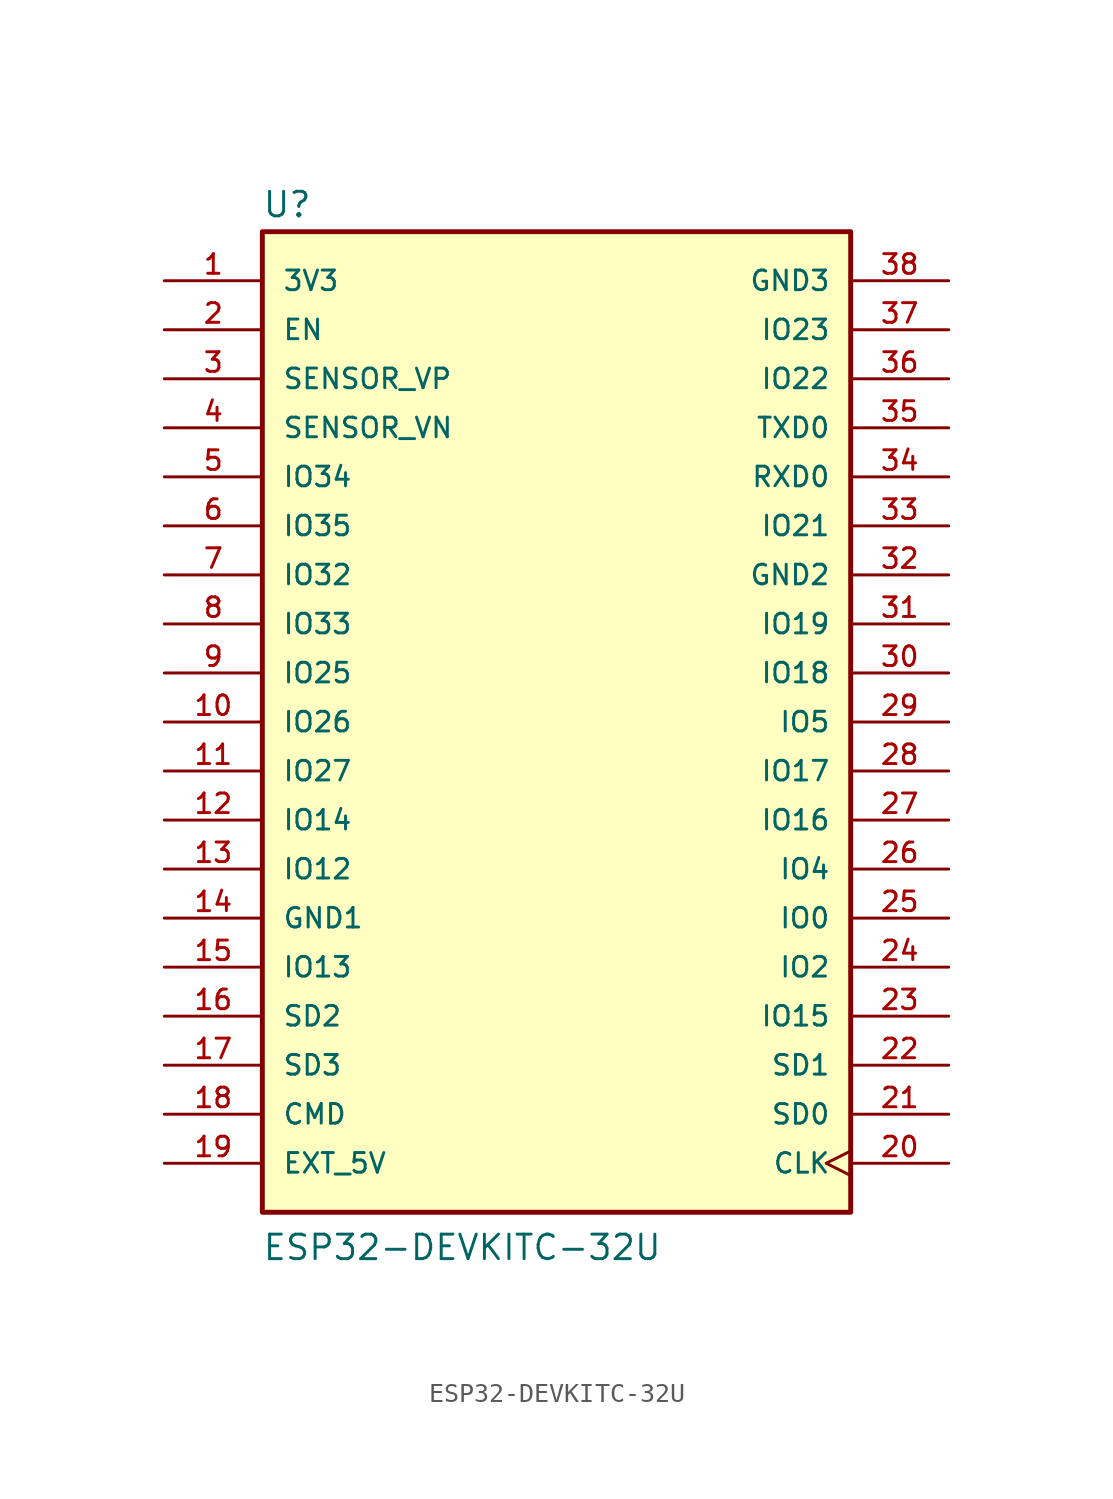
<source format=kicad_sym>
(kicad_symbol_lib
  (version 20211014)
  (generator kicad_symbol_editor)
  (symbol "ESP32-DEVKITC-32U"
    (pin_names
      (offset 1.016))
    (property "Reference" "U"
      (at -15.265 26.06 0)
      (effects (font (size 1.27 1.27)) (justify left bottom)))
    (property "Value" "ESP32-DEVKITC-32U"
      (at -15.265 -27.965 0)
      (effects (font (size 1.27 1.27)) (justify left bottom)))
    (property "ki_locked" ""
      (at 0 0 0)
      (effects (font (size 1.27 1.27))))
    (symbol "ESP32-DEVKITC-32U_0_0"
      (rectangle (start -15.24 -25.4) (end 15.24 25.4) (stroke (width 0.254) (type default) (color 0 0 0 0)) (fill (type background)))
      (pin power_in line (at -20.32 22.86 0) (length 5.08) (name "3V3" (effects (font (size 1.016 1.016)))) (number "1" (effects (font (size 1.016 1.016)))))
      (pin bidirectional line (at -20.32 0 0) (length 5.08) (name "IO26" (effects (font (size 1.016 1.016)))) (number "10" (effects (font (size 1.016 1.016)))))
      (pin bidirectional line (at -20.32 -2.54 0) (length 5.08) (name "IO27" (effects (font (size 1.016 1.016)))) (number "11" (effects (font (size 1.016 1.016)))))
      (pin bidirectional line (at -20.32 -5.08 0) (length 5.08) (name "IO14" (effects (font (size 1.016 1.016)))) (number "12" (effects (font (size 1.016 1.016)))))
      (pin bidirectional line (at -20.32 -7.62 0) (length 5.08) (name "IO12" (effects (font (size 1.016 1.016)))) (number "13" (effects (font (size 1.016 1.016)))))
      (pin power_in line (at -20.32 -10.16 0) (length 5.08) (name "GND1" (effects (font (size 1.016 1.016)))) (number "14" (effects (font (size 1.016 1.016)))))
      (pin bidirectional line (at -20.32 -12.7 0) (length 5.08) (name "IO13" (effects (font (size 1.016 1.016)))) (number "15" (effects (font (size 1.016 1.016)))))
      (pin bidirectional line (at -20.32 -15.24 0) (length 5.08) (name "SD2" (effects (font (size 1.016 1.016)))) (number "16" (effects (font (size 1.016 1.016)))))
      (pin bidirectional line (at -20.32 -17.78 0) (length 5.08) (name "SD3" (effects (font (size 1.016 1.016)))) (number "17" (effects (font (size 1.016 1.016)))))
      (pin bidirectional line (at -20.32 -20.32 0) (length 5.08) (name "CMD" (effects (font (size 1.016 1.016)))) (number "18" (effects (font (size 1.016 1.016)))))
      (pin power_in line (at -20.32 -22.86 0) (length 5.08) (name "EXT_5V" (effects (font (size 1.016 1.016)))) (number "19" (effects (font (size 1.016 1.016)))))
      (pin input line (at -20.32 20.32 0) (length 5.08) (name "EN" (effects (font (size 1.016 1.016)))) (number "2" (effects (font (size 1.016 1.016)))))
      (pin input clock (at 20.32 -22.86 180) (length 5.08) (name "CLK" (effects (font (size 1.016 1.016)))) (number "20" (effects (font (size 1.016 1.016)))))
      (pin bidirectional line (at 20.32 -20.32 180) (length 5.08) (name "SD0" (effects (font (size 1.016 1.016)))) (number "21" (effects (font (size 1.016 1.016)))))
      (pin bidirectional line (at 20.32 -17.78 180) (length 5.08) (name "SD1" (effects (font (size 1.016 1.016)))) (number "22" (effects (font (size 1.016 1.016)))))
      (pin bidirectional line (at 20.32 -15.24 180) (length 5.08) (name "IO15" (effects (font (size 1.016 1.016)))) (number "23" (effects (font (size 1.016 1.016)))))
      (pin bidirectional line (at 20.32 -12.7 180) (length 5.08) (name "IO2" (effects (font (size 1.016 1.016)))) (number "24" (effects (font (size 1.016 1.016)))))
      (pin bidirectional line (at 20.32 -10.16 180) (length 5.08) (name "IO0" (effects (font (size 1.016 1.016)))) (number "25" (effects (font (size 1.016 1.016)))))
      (pin bidirectional line (at 20.32 -7.62 180) (length 5.08) (name "IO4" (effects (font (size 1.016 1.016)))) (number "26" (effects (font (size 1.016 1.016)))))
      (pin bidirectional line (at 20.32 -5.08 180) (length 5.08) (name "IO16" (effects (font (size 1.016 1.016)))) (number "27" (effects (font (size 1.016 1.016)))))
      (pin bidirectional line (at 20.32 -2.54 180) (length 5.08) (name "IO17" (effects (font (size 1.016 1.016)))) (number "28" (effects (font (size 1.016 1.016)))))
      (pin bidirectional line (at 20.32 0 180) (length 5.08) (name "IO5" (effects (font (size 1.016 1.016)))) (number "29" (effects (font (size 1.016 1.016)))))
      (pin input line (at -20.32 17.78 0) (length 5.08) (name "SENSOR_VP" (effects (font (size 1.016 1.016)))) (number "3" (effects (font (size 1.016 1.016)))))
      (pin bidirectional line (at 20.32 2.54 180) (length 5.08) (name "IO18" (effects (font (size 1.016 1.016)))) (number "30" (effects (font (size 1.016 1.016)))))
      (pin bidirectional line (at 20.32 5.08 180) (length 5.08) (name "IO19" (effects (font (size 1.016 1.016)))) (number "31" (effects (font (size 1.016 1.016)))))
      (pin power_in line (at 20.32 7.62 180) (length 5.08) (name "GND2" (effects (font (size 1.016 1.016)))) (number "32" (effects (font (size 1.016 1.016)))))
      (pin bidirectional line (at 20.32 10.16 180) (length 5.08) (name "IO21" (effects (font (size 1.016 1.016)))) (number "33" (effects (font (size 1.016 1.016)))))
      (pin input line (at 20.32 12.7 180) (length 5.08) (name "RXD0" (effects (font (size 1.016 1.016)))) (number "34" (effects (font (size 1.016 1.016)))))
      (pin output line (at 20.32 15.24 180) (length 5.08) (name "TXD0" (effects (font (size 1.016 1.016)))) (number "35" (effects (font (size 1.016 1.016)))))
      (pin bidirectional line (at 20.32 17.78 180) (length 5.08) (name "IO22" (effects (font (size 1.016 1.016)))) (number "36" (effects (font (size 1.016 1.016)))))
      (pin bidirectional line (at 20.32 20.32 180) (length 5.08) (name "IO23" (effects (font (size 1.016 1.016)))) (number "37" (effects (font (size 1.016 1.016)))))
      (pin power_in line (at 20.32 22.86 180) (length 5.08) (name "GND3" (effects (font (size 1.016 1.016)))) (number "38" (effects (font (size 1.016 1.016)))))
      (pin input line (at -20.32 15.24 0) (length 5.08) (name "SENSOR_VN" (effects (font (size 1.016 1.016)))) (number "4" (effects (font (size 1.016 1.016)))))
      (pin bidirectional line (at -20.32 12.7 0) (length 5.08) (name "IO34" (effects (font (size 1.016 1.016)))) (number "5" (effects (font (size 1.016 1.016)))))
      (pin bidirectional line (at -20.32 10.16 0) (length 5.08) (name "IO35" (effects (font (size 1.016 1.016)))) (number "6" (effects (font (size 1.016 1.016)))))
      (pin bidirectional line (at -20.32 7.62 0) (length 5.08) (name "IO32" (effects (font (size 1.016 1.016)))) (number "7" (effects (font (size 1.016 1.016)))))
      (pin bidirectional line (at -20.32 5.08 0) (length 5.08) (name "IO33" (effects (font (size 1.016 1.016)))) (number "8" (effects (font (size 1.016 1.016)))))
      (pin bidirectional line (at -20.32 2.54 0) (length 5.08) (name "IO25" (effects (font (size 1.016 1.016)))) (number "9" (effects (font (size 1.016 1.016))))))))
</source>
